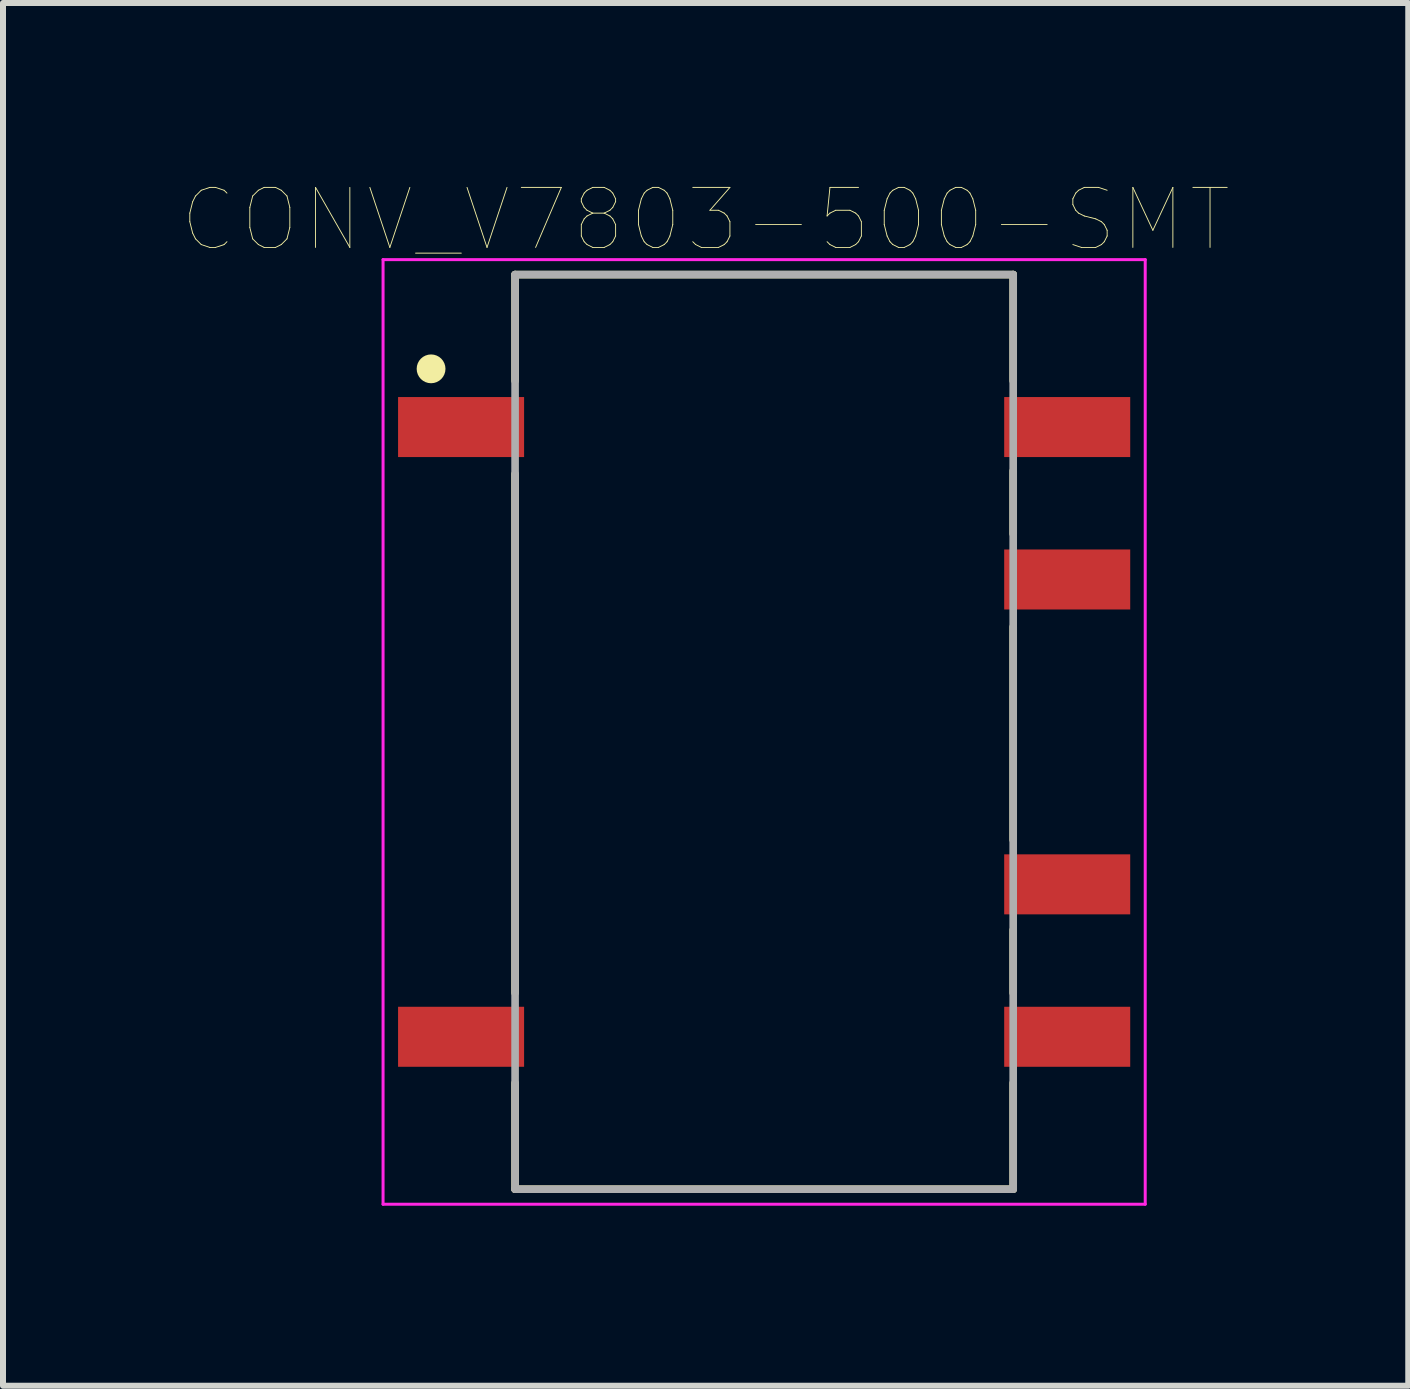
<source format=kicad_pcb>
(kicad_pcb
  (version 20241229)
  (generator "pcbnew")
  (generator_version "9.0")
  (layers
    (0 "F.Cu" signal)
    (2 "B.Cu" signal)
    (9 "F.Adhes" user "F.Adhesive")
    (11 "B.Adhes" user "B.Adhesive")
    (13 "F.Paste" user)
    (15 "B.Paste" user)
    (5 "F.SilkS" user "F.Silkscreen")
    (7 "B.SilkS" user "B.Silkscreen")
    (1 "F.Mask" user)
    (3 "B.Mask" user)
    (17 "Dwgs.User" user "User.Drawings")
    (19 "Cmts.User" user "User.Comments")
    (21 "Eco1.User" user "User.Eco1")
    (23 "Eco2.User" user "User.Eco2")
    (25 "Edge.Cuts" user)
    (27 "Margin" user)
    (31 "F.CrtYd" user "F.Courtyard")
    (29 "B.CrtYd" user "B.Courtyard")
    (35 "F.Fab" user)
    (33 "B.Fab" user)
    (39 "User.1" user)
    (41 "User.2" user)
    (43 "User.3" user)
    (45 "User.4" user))
  (footprint "CONV_V7803-500-SMT"
    (layer "F.Cu")
    (at 9.683 9.146)
    (property "Reference" "CONV_V7803-500-SMT" (at -0.975 -8.535 0) (layer "F.SilkS") (effects (font (size 1 1) (thickness 0.015))))
    (attr through_hole)
    (fp_line (start -4.15 -7.62) (end 4.15 -7.62) (stroke (width 0.127) (type solid)) (layer "F.SilkS"))
    (fp_line (start -4.15 -5.85) (end -4.15 -7.62) (stroke (width 0.127) (type solid)) (layer "F.SilkS"))
    (fp_line (start -4.15 4.35) (end -4.15 -4.3) (stroke (width 0.127) (type solid)) (layer "F.SilkS"))
    (fp_line (start -4.15 7.62) (end -4.15 5.85) (stroke (width 0.127) (type solid)) (layer "F.SilkS"))
    (fp_line (start 4.15 -7.62) (end 4.15 -5.85) (stroke (width 0.127) (type solid)) (layer "F.SilkS"))
    (fp_line (start 4.15 -4.35) (end 4.15 -3.3) (stroke (width 0.127) (type solid)) (layer "F.SilkS"))
    (fp_line (start 4.15 -1.75) (end 4.15 1.8) (stroke (width 0.127) (type solid)) (layer "F.SilkS"))
    (fp_line (start 4.15 3.3) (end 4.15 4.35) (stroke (width 0.127) (type solid)) (layer "F.SilkS"))
    (fp_line (start 4.15 5.85) (end 4.15 7.62) (stroke (width 0.127) (type solid)) (layer "F.SilkS"))
    (fp_line (start 4.15 7.62) (end -4.15 7.62) (stroke (width 0.127) (type solid)) (layer "F.SilkS"))
    (fp_circle (center -5.55 -6.05) (end -5.43 -6.05) (stroke (width 0.24) (type solid)) (fill no) (layer "F.SilkS"))
    (fp_line (start -6.35 -7.87) (end 6.35 -7.87) (stroke (width 0.05) (type solid)) (layer "F.CrtYd"))
    (fp_line (start -6.35 7.87) (end -6.35 -7.87) (stroke (width 0.05) (type solid)) (layer "F.CrtYd"))
    (fp_line (start 6.35 -7.87) (end 6.35 7.87) (stroke (width 0.05) (type solid)) (layer "F.CrtYd"))
    (fp_line (start 6.35 7.87) (end -6.35 7.87) (stroke (width 0.05) (type solid)) (layer "F.CrtYd"))
    (fp_line (start -4.15 -7.62) (end 4.15 -7.62) (stroke (width 0.127) (type solid)) (layer "F.Fab"))
    (fp_line (start -4.15 7.62) (end -4.15 -7.62) (stroke (width 0.127) (type solid)) (layer "F.Fab"))
    (fp_line (start 4.15 -7.62) (end 4.15 7.62) (stroke (width 0.127) (type solid)) (layer "F.Fab"))
    (fp_line (start 4.15 7.62) (end -4.15 7.62) (stroke (width 0.127) (type solid)) (layer "F.Fab"))
    (pad "1" smd rect (at -5.05 -5.08) (size 2.1 1) (layers "F.Cu" "F.Mask" "F.Paste"))
    (pad "5" smd rect (at -5.05 5.08) (size 2.1 1) (layers "F.Cu" "F.Mask" "F.Paste"))
    (pad "6" smd rect (at 5.05 5.08) (size 2.1 1) (layers "F.Cu" "F.Mask" "F.Paste"))
    (pad "7" smd rect (at 5.05 2.54) (size 2.1 1) (layers "F.Cu" "F.Mask" "F.Paste"))
    (pad "9" smd rect (at 5.05 -2.54) (size 2.1 1) (layers "F.Cu" "F.Mask" "F.Paste"))
    (pad "10" smd rect (at 5.05 -5.08) (size 2.1 1) (layers "F.Cu" "F.Mask" "F.Paste")))
  (gr_rect
    (start -3 -3)
    (end 20.416 20.041)
    (stroke (width 0.1) (type default))
    (fill no)
    (layer "Edge.Cuts")))
</source>
